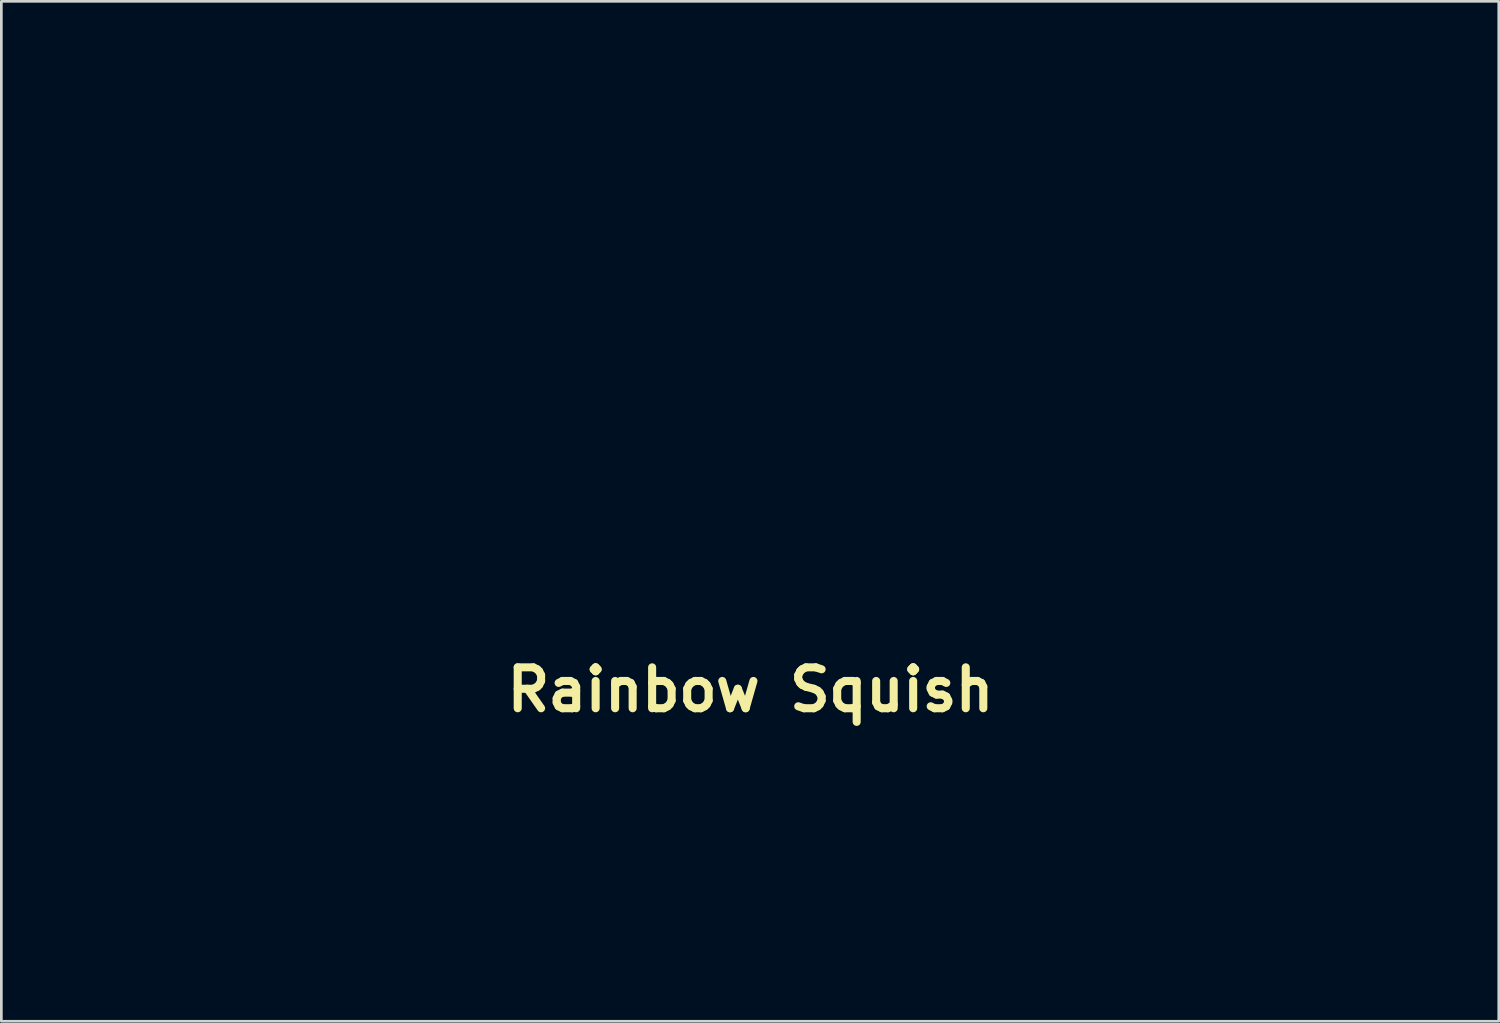
<source format=kicad_pcb>
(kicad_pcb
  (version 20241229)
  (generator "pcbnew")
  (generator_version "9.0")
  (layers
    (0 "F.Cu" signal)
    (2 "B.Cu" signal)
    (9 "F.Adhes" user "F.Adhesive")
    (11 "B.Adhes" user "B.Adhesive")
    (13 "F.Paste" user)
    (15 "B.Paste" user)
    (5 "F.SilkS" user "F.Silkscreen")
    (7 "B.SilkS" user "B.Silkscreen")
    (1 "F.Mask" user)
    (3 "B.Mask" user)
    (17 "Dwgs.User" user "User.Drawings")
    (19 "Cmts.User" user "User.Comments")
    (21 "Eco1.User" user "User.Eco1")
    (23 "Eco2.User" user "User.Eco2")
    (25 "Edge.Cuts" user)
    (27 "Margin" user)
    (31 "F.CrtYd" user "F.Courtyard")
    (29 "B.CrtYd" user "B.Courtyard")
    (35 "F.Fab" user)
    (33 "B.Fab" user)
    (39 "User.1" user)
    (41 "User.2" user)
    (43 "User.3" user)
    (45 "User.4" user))
  (footprint "Rainbow Squish"
    (layer "F.Cu")
    (at 24.909 22.645)
    (property "Reference" "Rainbow Squish" (at 0 0 0) (layer "F.SilkS") (effects (font (size 1.524 1.524) (thickness 0.3))))
    (attr board_only exclude_from_pos_files exclude_from_bom)
    (fp_poly (pts (xy 1.061 -22.617) (xy 1.947 -22.543) (xy 2.826 -22.427) (xy 3.697 -22.271) (xy 4.559 -22.074) (xy 5.411 -21.838) (xy 6.254 -21.563) (xy 7.085 -21.248) (xy 7.904 -20.896) (xy 8.71 -20.505) (xy 9.502 -20.077) (xy 10.28 -19.612) (xy 11.043 -19.111) (xy 11.789 -18.574) (xy 12.519 -18.001) (xy 13.231 -17.393) (xy 13.924 -16.75) (xy 14.597 -16.073) (xy 15.251 -15.363) (xy 15.883 -14.619) (xy 16.418 -13.942) (xy 16.994 -13.157) (xy 17.549 -12.336) (xy 18.082 -11.482) (xy 18.592 -10.598) (xy 19.078 -9.686) (xy 19.539 -8.748) (xy 19.972 -7.788) (xy 20.378 -6.807) (xy 20.754 -5.809) (xy 21.011 -5.063) (xy 21.122 -4.722) (xy 21.236 -4.356) (xy 21.351 -3.974) (xy 21.465 -3.583) (xy 21.576 -3.191) (xy 21.681 -2.806) (xy 21.779 -2.435) (xy 21.868 -2.086) (xy 21.944 -1.767) (xy 21.963 -1.683) (xy 21.99 -1.562) (xy 22.012 -1.472) (xy 22.034 -1.405) (xy 22.059 -1.351) (xy 22.094 -1.301) (xy 22.142 -1.246) (xy 22.209 -1.176) (xy 22.24 -1.144) (xy 22.284 -1.094) (xy 22.334 -1.036) (xy 22.34 -1.029) (xy 22.387 -0.972) (xy 22.431 -0.922) (xy 22.436 -0.916) (xy 22.479 -0.864) (xy 22.514 -0.814) (xy 22.543 -0.774) (xy 22.565 -0.756) (xy 22.565 -0.756) (xy 22.581 -0.739) (xy 22.594 -0.704) (xy 22.612 -0.664) (xy 22.63 -0.651) (xy 22.65 -0.634) (xy 22.652 -0.622) (xy 22.662 -0.59) (xy 22.669 -0.585) (xy 22.688 -0.563) (xy 22.718 -0.517) (xy 22.737 -0.483) (xy 22.77 -0.422) (xy 22.798 -0.372) (xy 22.806 -0.357) (xy 22.919 -0.153) (xy 23.01 0.03) (xy 23.075 0.187) (xy 23.087 0.221) (xy 23.112 0.29) (xy 23.135 0.348) (xy 23.144 0.368) (xy 23.166 0.426) (xy 23.195 0.525) (xy 23.229 0.664) (xy 23.231 0.672) (xy 23.25 0.737) (xy 23.273 0.791) (xy 23.274 0.792) (xy 23.287 0.836) (xy 23.297 0.906) (xy 23.3 0.985) (xy 23.303 1.06) (xy 23.311 1.117) (xy 23.322 1.145) (xy 23.322 1.145) (xy 23.331 1.171) (xy 23.338 1.233) (xy 23.342 1.326) (xy 23.345 1.445) (xy 23.345 1.481) (xy 23.343 1.606) (xy 23.339 1.707) (xy 23.333 1.778) (xy 23.325 1.814) (xy 23.322 1.817) (xy 23.311 1.843) (xy 23.303 1.899) (xy 23.3 1.974) (xy 23.3 1.977) (xy 23.295 2.068) (xy 23.281 2.151) (xy 23.267 2.199) (xy 23.244 2.261) (xy 23.233 2.314) (xy 23.233 2.32) (xy 23.224 2.366) (xy 23.212 2.386) (xy 23.197 2.417) (xy 23.183 2.474) (xy 23.176 2.512) (xy 23.169 2.575) (xy 23.175 2.616) (xy 23.2 2.651) (xy 23.251 2.694) (xy 23.265 2.705) (xy 23.299 2.727) (xy 23.311 2.731) (xy 23.334 2.745) (xy 23.372 2.779) (xy 23.376 2.784) (xy 23.415 2.819) (xy 23.441 2.836) (xy 23.443 2.836) (xy 23.468 2.851) (xy 23.518 2.889) (xy 23.585 2.947) (xy 23.663 3.018) (xy 23.744 3.095) (xy 23.755 3.107) (xy 23.822 3.173) (xy 23.885 3.235) (xy 23.931 3.28) (xy 23.97 3.32) (xy 23.991 3.348) (xy 23.993 3.351) (xy 24.007 3.373) (xy 24.041 3.409) (xy 24.043 3.41) (xy 24.122 3.499) (xy 24.163 3.577) (xy 24.189 3.608) (xy 24.207 3.614) (xy 24.235 3.63) (xy 24.238 3.645) (xy 24.25 3.673) (xy 24.261 3.677) (xy 24.279 3.694) (xy 24.283 3.719) (xy 24.298 3.76) (xy 24.317 3.774) (xy 24.345 3.803) (xy 24.35 3.827) (xy 24.365 3.869) (xy 24.4 3.918) (xy 24.406 3.924) (xy 24.443 3.969) (xy 24.461 4.005) (xy 24.462 4.009) (xy 24.476 4.046) (xy 24.495 4.068) (xy 24.522 4.114) (xy 24.529 4.151) (xy 24.537 4.19) (xy 24.551 4.202) (xy 24.57 4.219) (xy 24.573 4.24) (xy 24.587 4.286) (xy 24.606 4.319) (xy 24.632 4.372) (xy 24.64 4.415) (xy 24.648 4.459) (xy 24.664 4.479) (xy 24.682 4.502) (xy 24.697 4.553) (xy 24.701 4.575) (xy 24.713 4.629) (xy 24.727 4.661) (xy 24.733 4.664) (xy 24.746 4.682) (xy 24.752 4.727) (xy 24.752 4.734) (xy 24.762 4.795) (xy 24.785 4.844) (xy 24.807 4.897) (xy 24.817 4.988) (xy 24.818 5.033) (xy 24.823 5.121) (xy 24.835 5.183) (xy 24.847 5.207) (xy 24.857 5.23) (xy 24.865 5.278) (xy 24.87 5.355) (xy 24.874 5.466) (xy 24.875 5.614) (xy 24.875 5.667) (xy 24.874 5.821) (xy 24.872 5.938) (xy 24.868 6.022) (xy 24.862 6.075) (xy 24.854 6.102) (xy 24.847 6.108) (xy 24.83 6.134) (xy 24.821 6.198) (xy 24.819 6.269) (xy 24.813 6.378) (xy 24.795 6.447) (xy 24.786 6.462) (xy 24.761 6.514) (xy 24.753 6.559) (xy 24.745 6.605) (xy 24.73 6.628) (xy 24.713 6.657) (xy 24.707 6.698) (xy 24.697 6.758) (xy 24.674 6.815) (xy 24.65 6.865) (xy 24.64 6.901) (xy 24.64 6.901) (xy 24.631 6.938) (xy 24.607 6.988) (xy 24.607 6.988) (xy 24.583 7.042) (xy 24.574 7.085) (xy 24.563 7.117) (xy 24.551 7.122) (xy 24.534 7.14) (xy 24.529 7.172) (xy 24.515 7.222) (xy 24.495 7.248) (xy 24.467 7.289) (xy 24.462 7.312) (xy 24.454 7.348) (xy 24.445 7.357) (xy 24.426 7.378) (xy 24.396 7.425) (xy 24.377 7.458) (xy 24.319 7.561) (xy 24.278 7.625) (xy 24.258 7.647) (xy 24.241 7.674) (xy 24.229 7.705) (xy 24.209 7.742) (xy 24.192 7.752) (xy 24.172 7.769) (xy 24.171 7.774) (xy 24.156 7.802) (xy 24.12 7.841) (xy 24.115 7.845) (xy 24.078 7.883) (xy 24.06 7.912) (xy 24.06 7.913) (xy 24.045 7.938) (xy 24.009 7.982) (xy 23.97 8.023) (xy 23.922 8.072) (xy 23.89 8.109) (xy 23.881 8.122) (xy 23.866 8.14) (xy 23.827 8.18) (xy 23.771 8.234) (xy 23.706 8.295) (xy 23.639 8.357) (xy 23.58 8.41) (xy 23.535 8.449) (xy 23.512 8.466) (xy 23.511 8.467) (xy 23.489 8.48) (xy 23.452 8.513) (xy 23.45 8.516) (xy 23.403 8.555) (xy 23.362 8.578) (xy 23.329 8.599) (xy 23.322 8.613) (xy 23.305 8.633) (xy 23.294 8.635) (xy 23.259 8.648) (xy 23.213 8.679) (xy 23.209 8.682) (xy 23.103 8.759) (xy 23.026 8.795) (xy 22.993 8.813) (xy 22.987 8.824) (xy 22.968 8.841) (xy 22.931 8.853) (xy 22.89 8.87) (xy 22.876 8.887) (xy 22.857 8.904) (xy 22.834 8.908) (xy 22.784 8.923) (xy 22.764 8.939) (xy 22.72 8.966) (xy 22.694 8.971) (xy 22.659 8.98) (xy 22.652 8.992) (xy 22.634 9.009) (xy 22.61 9.013) (xy 22.561 9.028) (xy 22.541 9.044) (xy 22.497 9.07) (xy 22.463 9.076) (xy 22.415 9.086) (xy 22.348 9.11) (xy 22.308 9.128) (xy 22.236 9.159) (xy 22.168 9.178) (xy 22.142 9.181) (xy 22.078 9.192) (xy 22.037 9.212) (xy 21.982 9.237) (xy 21.944 9.243) (xy 21.9 9.251) (xy 21.884 9.262) (xy 21.857 9.271) (xy 21.798 9.281) (xy 21.715 9.29) (xy 21.678 9.293) (xy 21.587 9.301) (xy 21.513 9.312) (xy 21.468 9.323) (xy 21.46 9.327) (xy 21.436 9.329) (xy 21.37 9.331) (xy 21.262 9.332) (xy 21.116 9.334) (xy 20.933 9.335) (xy 20.715 9.337) (xy 20.464 9.338) (xy 20.183 9.339) (xy 19.872 9.341) (xy 19.534 9.342) (xy 19.171 9.343) (xy 18.784 9.344) (xy 18.377 9.345) (xy 17.95 9.346) (xy 17.506 9.346) (xy 17.046 9.347) (xy 16.573 9.348) (xy 16.089 9.348) (xy 15.595 9.349) (xy 15.093 9.349) (xy 14.586 9.349) (xy 14.075 9.349) (xy 13.562 9.35) (xy 13.05 9.35) (xy 12.539 9.35) (xy 12.033 9.35) (xy 11.533 9.349) (xy 11.041 9.349) (xy 10.559 9.349) (xy 10.089 9.348) (xy 9.632 9.348) (xy 9.192 9.347) (xy 8.769 9.347) (xy 8.366 9.346) (xy 7.984 9.345) (xy 7.627 9.344) (xy 7.294 9.343) (xy 6.99 9.342) (xy 6.715 9.341) (xy 6.471 9.34) (xy 6.26 9.338) (xy 6.085 9.337) (xy 5.947 9.335) (xy 5.849 9.334) (xy 5.791 9.332) (xy 5.776 9.331) (xy 5.749 9.319) (xy 5.691 9.307) (xy 5.619 9.297) (xy 5.545 9.287) (xy 5.492 9.275) (xy 5.473 9.263) (xy 5.454 9.249) (xy 5.412 9.243) (xy 5.344 9.232) (xy 5.294 9.212) (xy 5.233 9.192) (xy 5.16 9.182) (xy 5.155 9.182) (xy 5.101 9.177) (xy 5.072 9.165) (xy 5.071 9.161) (xy 5.052 9.144) (xy 5.003 9.129) (xy 4.993 9.127) (xy 4.937 9.113) (xy 4.904 9.097) (xy 4.902 9.095) (xy 4.872 9.08) (xy 4.838 9.076) (xy 4.792 9.064) (xy 4.773 9.044) (xy 4.742 9.018) (xy 4.716 9.013) (xy 4.677 9.006) (xy 4.665 8.997) (xy 4.638 8.974) (xy 4.586 8.946) (xy 4.526 8.922) (xy 4.475 8.908) (xy 4.466 8.908) (xy 4.431 8.899) (xy 4.423 8.887) (xy 4.404 8.867) (xy 4.367 8.853) (xy 4.326 8.837) (xy 4.312 8.822) (xy 4.294 8.805) (xy 4.28 8.803) (xy 4.246 8.786) (xy 4.236 8.771) (xy 4.206 8.744) (xy 4.186 8.74) (xy 4.146 8.725) (xy 4.1 8.69) (xy 4.097 8.687) (xy 4.059 8.652) (xy 4.033 8.635) (xy 4.032 8.635) (xy 4.005 8.622) (xy 3.987 8.608) (xy 3.928 8.561) (xy 3.891 8.537) (xy 3.867 8.53) (xy 3.866 8.53) (xy 3.845 8.513) (xy 3.842 8.498) (xy 3.83 8.47) (xy 3.82 8.467) (xy 3.796 8.452) (xy 3.749 8.414) (xy 3.686 8.359) (xy 3.614 8.293) (xy 3.54 8.223) (xy 3.473 8.157) (xy 3.417 8.1) (xy 3.382 8.061) (xy 3.373 8.046) (xy 3.355 8.028) (xy 3.34 8.025) (xy 3.31 8.009) (xy 3.306 7.994) (xy 3.294 7.966) (xy 3.284 7.962) (xy 3.262 7.946) (xy 3.262 7.941) (xy 3.249 7.914) (xy 3.216 7.864) (xy 3.172 7.805) (xy 3.127 7.744) (xy 3.095 7.695) (xy 3.083 7.669) (xy 3.067 7.648) (xy 3.061 7.647) (xy 3.04 7.629) (xy 3.025 7.595) (xy 3.008 7.555) (xy 2.991 7.542) (xy 2.973 7.525) (xy 2.971 7.513) (xy 2.955 7.477) (xy 2.938 7.458) (xy 2.909 7.417) (xy 2.904 7.393) (xy 2.894 7.36) (xy 2.882 7.353) (xy 2.862 7.336) (xy 2.859 7.321) (xy 2.849 7.286) (xy 2.822 7.228) (xy 2.792 7.175) (xy 2.756 7.107) (xy 2.732 7.048) (xy 2.725 7.018) (xy 2.716 6.983) (xy 2.703 6.975) (xy 2.684 6.958) (xy 2.681 6.938) (xy 2.67 6.894) (xy 2.647 6.841) (xy 2.623 6.778) (xy 2.614 6.722) (xy 2.607 6.674) (xy 2.592 6.65) (xy 2.577 6.623) (xy 2.562 6.569) (xy 2.556 6.533) (xy 2.544 6.473) (xy 2.529 6.436) (xy 2.521 6.429) (xy 2.511 6.41) (xy 2.504 6.361) (xy 2.502 6.318) (xy 2.496 6.231) (xy 2.48 6.133) (xy 2.469 6.086) (xy 2.453 6.002) (xy 2.442 5.887) (xy 2.436 5.752) (xy 2.435 5.609) (xy 2.439 5.468) (xy 2.448 5.34) (xy 2.461 5.236) (xy 2.469 5.2) (xy 2.487 5.114) (xy 2.499 5.03) (xy 2.502 4.986) (xy 2.507 4.928) (xy 2.519 4.89) (xy 2.524 4.885) (xy 2.54 4.856) (xy 2.547 4.808) (xy 2.556 4.742) (xy 2.577 4.678) (xy 2.601 4.621) (xy 2.629 4.544) (xy 2.649 4.485) (xy 2.682 4.399) (xy 2.719 4.312) (xy 2.742 4.267) (xy 2.772 4.205) (xy 2.79 4.152) (xy 2.792 4.136) (xy 2.802 4.103) (xy 2.815 4.097) (xy 2.835 4.08) (xy 2.837 4.067) (xy 2.851 4.026) (xy 2.865 4.008) (xy 2.9 3.962) (xy 2.936 3.903) (xy 2.962 3.846) (xy 2.971 3.811) (xy 2.984 3.785) (xy 2.993 3.782) (xy 3.014 3.765) (xy 3.016 3.752) (xy 3.034 3.72) (xy 3.049 3.711) (xy 3.079 3.682) (xy 3.083 3.666) (xy 3.098 3.63) (xy 3.136 3.587) (xy 3.139 3.584) (xy 3.177 3.545) (xy 3.194 3.514) (xy 3.195 3.512) (xy 3.209 3.483) (xy 3.245 3.442) (xy 3.25 3.437) (xy 3.288 3.399) (xy 3.306 3.373) (xy 3.306 3.371) (xy 3.321 3.353) (xy 3.362 3.311) (xy 3.423 3.251) (xy 3.497 3.18) (xy 3.578 3.103) (xy 3.66 3.026) (xy 3.737 2.955) (xy 3.803 2.896) (xy 3.85 2.855) (xy 3.874 2.837) (xy 3.875 2.836) (xy 3.899 2.823) (xy 3.94 2.791) (xy 3.949 2.784) (xy 3.993 2.749) (xy 4.022 2.732) (xy 4.025 2.731) (xy 4.049 2.718) (xy 4.092 2.684) (xy 4.123 2.657) (xy 4.171 2.613) (xy 4.19 2.585) (xy 4.185 2.563) (xy 4.17 2.546) (xy 4.141 2.495) (xy 4.133 2.453) (xy 4.125 2.41) (xy 4.111 2.392) (xy 4.097 2.369) (xy 4.083 2.316) (xy 4.074 2.253) (xy 4.064 2.185) (xy 4.051 2.138) (xy 4.04 2.122) (xy 4.035 2.102) (xy 4.031 2.045) (xy 4.027 1.956) (xy 4.024 1.841) (xy 4.022 1.704) (xy 4.021 1.55) (xy 4.021 1.492) (xy 4.022 1.294) (xy 4.024 1.131) (xy 4.028 1.005) (xy 4.032 0.918) (xy 4.039 0.87) (xy 4.043 0.861) (xy 4.066 0.846) (xy 4.057 0.802) (xy 4.017 0.727) (xy 3.945 0.623) (xy 3.843 0.49) (xy 3.709 0.327) (xy 3.545 0.135) (xy 3.349 -0.086) (xy 3.343 -0.093) (xy 2.978 -0.486) (xy 2.624 -0.84) (xy 2.279 -1.154) (xy 1.943 -1.428) (xy 1.615 -1.664) (xy 1.295 -1.861) (xy 0.981 -2.021) (xy 0.674 -2.143) (xy 0.372 -2.228) (xy 0.074 -2.277) (xy -0.178 -2.29) (xy -0.469 -2.274) (xy -0.758 -2.226) (xy -1.049 -2.143) (xy -1.342 -2.027) (xy -1.641 -1.875) (xy -1.947 -1.686) (xy -2.262 -1.46) (xy -2.589 -1.195) (xy -2.694 -1.103) (xy -2.798 -1.009) (xy -2.915 -0.896) (xy -3.044 -0.769) (xy -3.179 -0.631) (xy -3.319 -0.486) (xy -3.458 -0.337) (xy -3.594 -0.19) (xy -3.723 -0.048) (xy -3.841 0.086) (xy -3.945 0.208) (xy -4.032 0.313) (xy -4.097 0.397) (xy -4.137 0.457) (xy -4.148 0.481) (xy -4.149 0.536) (xy -4.136 0.57) (xy -4.117 0.62) (xy -4.11 0.668) (xy -4.099 0.728) (xy -4.078 0.768) (xy -4.056 0.822) (xy -4.045 0.915) (xy -4.044 0.967) (xy -4.041 1.047) (xy -4.033 1.11) (xy -4.022 1.146) (xy -4.02 1.148) (xy -4.01 1.18) (xy -4.004 1.246) (xy -4.002 1.339) (xy -4.004 1.453) (xy -4.009 1.579) (xy -4.016 1.712) (xy -4.026 1.843) (xy -4.037 1.966) (xy -4.05 2.073) (xy -4.064 2.157) (xy -4.078 2.211) (xy -4.083 2.22) (xy -4.105 2.278) (xy -4.11 2.316) (xy -4.118 2.363) (xy -4.131 2.386) (xy -4.145 2.417) (xy -4.159 2.474) (xy -4.166 2.513) (xy -4.173 2.576) (xy -4.167 2.617) (xy -4.142 2.652) (xy -4.091 2.696) (xy -4.079 2.705) (xy -4.045 2.727) (xy -4.032 2.731) (xy -4.01 2.745) (xy -3.972 2.779) (xy -3.967 2.784) (xy -3.928 2.819) (xy -3.902 2.836) (xy -3.901 2.836) (xy -3.875 2.851) (xy -3.825 2.889) (xy -3.758 2.947) (xy -3.681 3.018) (xy -3.6 3.095) (xy -3.588 3.107) (xy -3.522 3.173) (xy -3.458 3.235) (xy -3.412 3.28) (xy -3.373 3.323) (xy -3.352 3.356) (xy -3.351 3.361) (xy -3.333 3.38) (xy -3.317 3.382) (xy -3.288 3.399) (xy -3.284 3.414) (xy -3.272 3.442) (xy -3.262 3.445) (xy -3.242 3.463) (xy -3.239 3.478) (xy -3.221 3.513) (xy -3.206 3.522) (xy -3.176 3.549) (xy -3.172 3.564) (xy -3.154 3.597) (xy -3.139 3.606) (xy -3.109 3.632) (xy -3.105 3.647) (xy -3.092 3.674) (xy -3.083 3.677) (xy -3.065 3.694) (xy -3.061 3.719) (xy -3.046 3.76) (xy -3.027 3.774) (xy -2.999 3.803) (xy -2.993 3.825) (xy -2.98 3.866) (xy -2.966 3.88) (xy -2.931 3.915) (xy -2.898 3.965) (xy -2.882 4.01) (xy -2.882 4.014) (xy -2.867 4.046) (xy -2.848 4.068) (xy -2.822 4.114) (xy -2.815 4.151) (xy -2.808 4.19) (xy -2.794 4.202) (xy -2.776 4.22) (xy -2.759 4.264) (xy -2.759 4.265) (xy -2.743 4.309) (xy -2.724 4.328) (xy -2.724 4.328) (xy -2.71 4.346) (xy -2.703 4.391) (xy -2.703 4.399) (xy -2.693 4.457) (xy -2.67 4.483) (xy -2.644 4.514) (xy -2.636 4.579) (xy -2.631 4.632) (xy -2.619 4.662) (xy -2.614 4.664) (xy -2.599 4.682) (xy -2.591 4.727) (xy -2.591 4.734) (xy -2.582 4.795) (xy -2.559 4.844) (xy -2.537 4.897) (xy -2.526 4.988) (xy -2.525 5.033) (xy -2.521 5.121) (xy -2.509 5.183) (xy -2.496 5.207) (xy -2.486 5.23) (xy -2.478 5.278) (xy -2.473 5.356) (xy -2.47 5.467) (xy -2.469 5.615) (xy -2.469 5.662) (xy -2.469 5.821) (xy -2.472 5.942) (xy -2.477 6.028) (xy -2.484 6.084) (xy -2.493 6.113) (xy -2.496 6.117) (xy -2.512 6.153) (xy -2.522 6.223) (xy -2.525 6.291) (xy -2.531 6.396) (xy -2.549 6.464) (xy -2.559 6.48) (xy -2.585 6.532) (xy -2.591 6.568) (xy -2.6 6.611) (xy -2.614 6.628) (xy -2.629 6.656) (xy -2.636 6.707) (xy -2.636 6.71) (xy -2.646 6.771) (xy -2.669 6.819) (xy -2.694 6.871) (xy -2.702 6.917) (xy -2.71 6.959) (xy -2.724 6.975) (xy -2.742 6.993) (xy -2.758 7.039) (xy -2.76 7.049) (xy -2.775 7.097) (xy -2.792 7.121) (xy -2.795 7.122) (xy -2.81 7.14) (xy -2.815 7.172) (xy -2.828 7.222) (xy -2.848 7.248) (xy -2.877 7.289) (xy -2.882 7.312) (xy -2.89 7.348) (xy -2.899 7.357) (xy -2.921 7.38) (xy -2.95 7.427) (xy -2.977 7.48) (xy -2.992 7.523) (xy -2.993 7.531) (xy -3.011 7.562) (xy -3.027 7.571) (xy -3.057 7.599) (xy -3.061 7.615) (xy -3.071 7.644) (xy -3.08 7.647) (xy -3.1 7.665) (xy -3.114 7.7) (xy -3.132 7.739) (xy -3.15 7.752) (xy -3.171 7.769) (xy -3.172 7.776) (xy -3.187 7.806) (xy -3.224 7.845) (xy -3.228 7.849) (xy -3.266 7.886) (xy -3.284 7.913) (xy -3.284 7.914) (xy -3.298 7.94) (xy -3.332 7.98) (xy -3.34 7.988) (xy -3.377 8.031) (xy -3.395 8.063) (xy -3.396 8.067) (xy -3.414 8.086) (xy -3.429 8.089) (xy -3.459 8.101) (xy -3.463 8.111) (xy -3.477 8.133) (xy -3.517 8.176) (xy -3.573 8.233) (xy -3.638 8.296) (xy -3.704 8.359) (xy -3.764 8.413) (xy -3.809 8.452) (xy -3.832 8.467) (xy -3.833 8.467) (xy -3.854 8.481) (xy -3.891 8.514) (xy -3.896 8.519) (xy -3.938 8.555) (xy -3.969 8.572) (xy -3.971 8.572) (xy -3.998 8.588) (xy -4.007 8.603) (xy -4.034 8.631) (xy -4.049 8.635) (xy -4.084 8.648) (xy -4.131 8.679) (xy -4.134 8.682) (xy -4.24 8.759) (xy -4.317 8.795) (xy -4.35 8.813) (xy -4.356 8.824) (xy -4.375 8.841) (xy -4.412 8.853) (xy -4.454 8.87) (xy -4.468 8.887) (xy -4.486 8.904) (xy -4.51 8.908) (xy -4.559 8.923) (xy -4.58 8.939) (xy -4.624 8.966) (xy -4.649 8.971) (xy -4.684 8.98) (xy -4.691 8.992) (xy -4.71 9.009) (xy -4.733 9.013) (xy -4.783 9.028) (xy -4.803 9.044) (xy -4.847 9.07) (xy -4.882 9.076) (xy -4.931 9.085) (xy -4.994 9.107) (xy -5.051 9.135) (xy -5.086 9.16) (xy -5.09 9.165) (xy -5.115 9.175) (xy -5.167 9.181) (xy -5.18 9.181) (xy -5.248 9.189) (xy -5.303 9.209) (xy -5.307 9.212) (xy -5.362 9.237) (xy -5.399 9.243) (xy -5.443 9.251) (xy -5.46 9.262) (xy -5.486 9.271) (xy -5.546 9.282) (xy -5.629 9.291) (xy -5.667 9.294) (xy -5.758 9.302) (xy -5.832 9.313) (xy -5.877 9.324) (xy -5.885 9.329) (xy -5.909 9.33) (xy -5.975 9.332) (xy -6.082 9.333) (xy -6.228 9.335) (xy -6.411 9.336) (xy -6.629 9.338) (xy -6.88 9.339) (xy -7.162 9.34) (xy -7.473 9.341) (xy -7.81 9.342) (xy -8.174 9.343) (xy -8.56 9.344) (xy -8.967 9.345) (xy -9.394 9.346) (xy -9.838 9.346) (xy -10.298 9.347) (xy -10.771 9.348) (xy -11.255 9.348) (xy -11.749 9.348) (xy -12.251 9.349) (xy -12.758 9.349) (xy -13.269 9.349) (xy -13.781 9.349) (xy -14.294 9.349) (xy -14.804 9.349) (xy -15.31 9.349) (xy -15.81 9.349) (xy -16.302 9.349) (xy -16.785 9.348) (xy -17.255 9.348) (xy -17.711 9.347) (xy -18.152 9.347) (xy -18.574 9.346) (xy -18.978 9.345) (xy -19.359 9.345) (xy -19.717 9.344) (xy -20.049 9.343) (xy -20.354 9.342) (xy -20.629 9.34) (xy -20.873 9.339) (xy -21.083 9.338) (xy -21.258 9.337) (xy -21.396 9.335) (xy -21.495 9.333) (xy -21.552 9.332) (xy -21.567 9.331) (xy -21.594 9.319) (xy -21.653 9.307) (xy -21.725 9.297) (xy -21.799 9.287) (xy -21.851 9.275) (xy -21.87 9.263) (xy -21.89 9.249) (xy -21.932 9.243) (xy -21.999 9.232) (xy -22.049 9.212) (xy -22.11 9.192) (xy -22.183 9.182) (xy -22.189 9.182) (xy -22.243 9.177) (xy -22.271 9.165) (xy -22.272 9.161) (xy -22.292 9.144) (xy -22.34 9.129) (xy -22.351 9.127) (xy -22.406 9.113) (xy -22.44 9.097) (xy -22.442 9.095) (xy -22.471 9.08) (xy -22.506 9.076) (xy -22.552 9.064) (xy -22.571 9.044) (xy -22.601 9.018) (xy -22.627 9.013) (xy -22.667 9.006) (xy -22.678 8.997) (xy -22.705 8.974) (xy -22.758 8.946) (xy -22.818 8.922) (xy -22.868 8.908) (xy -22.877 8.908) (xy -22.913 8.901) (xy -22.92 8.892) (xy -22.938 8.873) (xy -22.983 8.845) (xy -23.004 8.834) (xy -23.061 8.802) (xy -23.1 8.773) (xy -23.106 8.766) (xy -23.142 8.742) (xy -23.157 8.74) (xy -23.192 8.726) (xy -23.242 8.691) (xy -23.27 8.667) (xy -23.326 8.621) (xy -23.375 8.589) (xy -23.392 8.581) (xy -23.427 8.562) (xy -23.434 8.549) (xy -23.452 8.532) (xy -23.468 8.53) (xy -23.497 8.513) (xy -23.501 8.498) (xy -23.513 8.47) (xy -23.524 8.467) (xy -23.547 8.452) (xy -23.594 8.414) (xy -23.657 8.359) (xy -23.729 8.293) (xy -23.802 8.224) (xy -23.87 8.158) (xy -23.926 8.102) (xy -23.961 8.062) (xy -23.97 8.047) (xy -23.987 8.023) (xy -23.989 8.022) (xy -24.011 8.002) (xy -24.051 7.956) (xy -24.101 7.895) (xy -24.154 7.826) (xy -24.203 7.76) (xy -24.241 7.706) (xy -24.26 7.674) (xy -24.261 7.669) (xy -24.277 7.648) (xy -24.283 7.647) (xy -24.303 7.63) (xy -24.305 7.617) (xy -24.32 7.577) (xy -24.333 7.56) (xy -24.36 7.524) (xy -24.393 7.468) (xy -24.406 7.443) (xy -24.436 7.39) (xy -24.46 7.358) (xy -24.467 7.353) (xy -24.483 7.336) (xy -24.484 7.324) (xy -24.494 7.291) (xy -24.518 7.234) (xy -24.551 7.167) (xy -24.585 7.098) (xy -24.61 7.04) (xy -24.618 7.008) (xy -24.63 6.979) (xy -24.64 6.975) (xy -24.658 6.957) (xy -24.664 6.928) (xy -24.675 6.874) (xy -24.696 6.828) (xy -24.721 6.767) (xy -24.729 6.719) (xy -24.736 6.673) (xy -24.75 6.651) (xy -24.765 6.625) (xy -24.779 6.571) (xy -24.786 6.534) (xy -24.798 6.474) (xy -24.813 6.436) (xy -24.821 6.429) (xy -24.832 6.41) (xy -24.839 6.36) (xy -24.842 6.297) (xy -24.848 6.206) (xy -24.863 6.112) (xy -24.875 6.063) (xy -24.889 5.998) (xy -24.899 5.902) (xy -24.906 5.786) (xy -24.909 5.661) (xy -24.908 5.536) (xy -24.904 5.422) (xy -24.896 5.33) (xy -24.885 5.273) (xy -24.87 5.214) (xy -24.854 5.131) (xy -24.842 5.053) (xy -24.823 4.926) (xy -24.8 4.813) (xy -24.776 4.722) (xy -24.753 4.663) (xy -24.751 4.659) (xy -24.733 4.608) (xy -24.73 4.584) (xy -24.717 4.537) (xy -24.697 4.505) (xy -24.67 4.453) (xy -24.664 4.418) (xy -24.653 4.374) (xy -24.626 4.311) (xy -24.607 4.273) (xy -24.575 4.21) (xy -24.555 4.156) (xy -24.551 4.136) (xy -24.541 4.103) (xy -24.529 4.097) (xy -24.508 4.079) (xy -24.493 4.044) (xy -24.477 4.005) (xy -24.462 3.992) (xy -24.444 3.974) (xy -24.43 3.939) (xy -24.412 3.9) (xy -24.394 3.887) (xy -24.378 3.869) (xy -24.372 3.834) (xy -24.366 3.795) (xy -24.354 3.782) (xy -24.334 3.765) (xy -24.299 3.723) (xy -24.272 3.686) (xy -24.227 3.622) (xy -24.185 3.566) (xy -24.167 3.546) (xy -24.137 3.507) (xy -24.127 3.483) (xy -24.112 3.458) (xy -24.074 3.416) (xy -24.048 3.392) (xy -24.003 3.347) (xy -23.975 3.315) (xy -23.97 3.306) (xy -23.955 3.288) (xy -23.915 3.246) (xy -23.855 3.188) (xy -23.783 3.12) (xy -23.706 3.047) (xy -23.629 2.977) (xy -23.561 2.915) (xy -23.506 2.867) (xy -23.473 2.84) (xy -23.467 2.836) (xy -23.444 2.823) (xy -23.403 2.791) (xy -23.394 2.784) (xy -23.351 2.749) (xy -23.321 2.732) (xy -23.318 2.731) (xy -23.294 2.718) (xy -23.25 2.685) (xy -23.219 2.659) (xy -23.17 2.615) (xy -23.151 2.588) (xy -23.156 2.566) (xy -23.173 2.547) (xy -23.202 2.495) (xy -23.211 2.451) (xy -23.217 2.41) (xy -23.23 2.395) (xy -23.242 2.376) (xy -23.254 2.326) (xy -23.264 2.265) (xy -23.275 2.193) (xy -23.289 2.137) (xy -23.3 2.113) (xy -23.307 2.086) (xy -23.313 2.024) (xy -23.317 1.933) (xy -23.32 1.819) (xy -23.322 1.69) (xy -23.323 1.551) (xy -23.323 1.409) (xy -23.321 1.271) (xy -23.319 1.144) (xy -23.315 1.033) (xy -23.31 0.946) (xy -23.304 0.888) (xy -23.298 0.868) (xy -23.283 0.836) (xy -23.27 0.776) (xy -23.262 0.717) (xy -23.252 0.65) (xy -23.24 0.603) (xy -23.23 0.588) (xy -23.217 0.57) (xy -23.211 0.525) (xy -23.211 0.519) (xy -23.201 0.457) (xy -23.178 0.408) (xy -23.154 0.358) (xy -23.144 0.299) (xy -23.138 0.253) (xy -23.124 0.231) (xy -23.122 0.231) (xy -23.105 0.213) (xy -23.089 0.168) (xy -23.086 0.157) (xy -23.071 0.105) (xy -23.054 0.074) (xy -23.052 0.072) (xy -23.037 0.044) (xy -23.032 0.009) (xy -23.025 -0.03) (xy -23.011 -0.042) (xy -22.993 -0.06) (xy -22.977 -0.105) (xy -22.975 -0.11) (xy -22.96 -0.16) (xy -22.946 -0.188) (xy -22.945 -0.189) (xy -22.928 -0.213) (xy -22.9 -0.26) (xy -22.887 -0.284) (xy -22.85 -0.35) (xy -22.802 -0.43) (xy -22.749 -0.515) (xy -22.695 -0.598) (xy -22.647 -0.671) (xy -22.608 -0.724) (xy -22.585 -0.751) (xy -22.583 -0.753) (xy -22.565 -0.777) (xy -22.563 -0.79) (xy -22.551 -0.816) (xy -22.542 -0.819) (xy -22.52 -0.837) (xy -22.506 -0.866) (xy -22.481 -0.908) (xy -22.436 -0.962) (xy -22.409 -0.988) (xy -22.354 -1.043) (xy -22.29 -1.11) (xy -22.227 -1.179) (xy -22.174 -1.24) (xy -22.139 -1.283) (xy -22.135 -1.29) (xy -22.126 -1.316) (xy -22.108 -1.377) (xy -22.084 -1.467) (xy -22.055 -1.58) (xy -22.022 -1.708) (xy -22.005 -1.775) (xy -21.947 -1.994) (xy -21.175 -1.994) (xy -21.174 -1.977) (xy -21.165 -1.98) (xy -21.161 -1.985) (xy -21.134 -2.005) (xy -21.078 -2.035) (xy -21.005 -2.071) (xy -20.998 -2.075) (xy -20.922 -2.108) (xy -20.861 -2.132) (xy -20.826 -2.143) (xy -20.825 -2.143) (xy -20.8 -2.157) (xy -20.798 -2.164) (xy -20.779 -2.181) (xy -20.755 -2.185) (xy -20.71 -2.194) (xy -20.651 -2.216) (xy -20.595 -2.244) (xy -20.56 -2.268) (xy -20.556 -2.274) (xy -20.532 -2.287) (xy -20.481 -2.301) (xy -20.472 -2.302) (xy -20.417 -2.316) (xy -20.385 -2.333) (xy -20.383 -2.334) (xy -20.356 -2.345) (xy -20.299 -2.352) (xy -20.258 -2.353) (xy -20.182 -2.359) (xy -20.095 -2.375) (xy -20.01 -2.396) (xy -19.941 -2.42) (xy -19.903 -2.444) (xy -19.901 -2.445) (xy -19.875 -2.451) (xy -19.811 -2.456) (xy -19.715 -2.46) (xy -19.594 -2.463) (xy -19.455 -2.465) (xy -19.304 -2.466) (xy -19.147 -2.466) (xy -18.992 -2.466) (xy -18.844 -2.464) (xy -18.711 -2.462) (xy -18.598 -2.458) (xy -18.513 -2.454) (xy -18.462 -2.448) (xy -18.45 -2.445) (xy -18.412 -2.429) (xy -18.345 -2.415) (xy -18.291 -2.407) (xy -18.219 -2.396) (xy -18.167 -2.382) (xy -18.15 -2.373) (xy -18.12 -2.357) (xy -18.085 -2.353) (xy -18.028 -2.343) (xy -17.969 -2.322) (xy -17.912 -2.299) (xy -17.866 -2.29) (xy -17.811 -2.281) (xy -17.788 -2.272) (xy -17.693 -2.23) (xy -17.629 -2.204) (xy -17.588 -2.194) (xy -17.559 -2.195) (xy -17.552 -2.197) (xy -17.522 -2.226) (xy -17.514 -2.257) (xy -17.501 -2.311) (xy -17.481 -2.344) (xy -17.455 -2.391) (xy -17.448 -2.421) (xy -17.439 -2.453) (xy -17.43 -2.458) (xy -17.409 -2.478) (xy -17.377 -2.536) (xy -17.337 -2.626) (xy -17.319 -2.659) (xy -17.283 -2.715) (xy -17.24 -2.777) (xy -17.198 -2.84) (xy -17.168 -2.889) (xy -17.157 -2.914) (xy -17.157 -2.914) (xy -17.143 -2.94) (xy -17.109 -2.98) (xy -17.104 -2.985) (xy -17.06 -3.035) (xy -17.027 -3.081) (xy -17.027 -3.081) (xy -17.003 -3.115) (xy -16.956 -3.172) (xy -16.895 -3.245) (xy -16.825 -3.326) (xy -16.754 -3.406) (xy -16.689 -3.477) (xy -16.638 -3.528) (xy -16.562 -3.597) (xy -16.471 -3.677) (xy -16.375 -3.759) (xy -16.283 -3.835) (xy -16.227 -3.88) (xy -16.094 -3.976) (xy -15.943 -4.075) (xy -15.782 -4.172) (xy -15.663 -4.238) (xy -11.664 -4.238) (xy -11.662 -4.234) (xy -11.632 -4.211) (xy -11.575 -4.173) (xy -11.504 -4.13) (xy -11.499 -4.127) (xy -11.43 -4.087) (xy -11.376 -4.054) (xy -11.349 -4.036) (xy -11.348 -4.035) (xy -11.326 -4.017) (xy -11.278 -3.982) (xy -11.213 -3.936) (xy -11.203 -3.929) (xy -11.098 -3.849) (xy -10.975 -3.744) (xy -10.843 -3.623) (xy -10.711 -3.495) (xy -10.588 -3.368) (xy -10.485 -3.253) (xy -10.366 -3.109) (xy -10.275 -2.995) (xy -10.212 -2.91) (xy -10.175 -2.853) (xy -10.164 -2.823) (xy -10.154 -2.797) (xy -10.147 -2.794) (xy -10.129 -2.777) (xy -10.099 -2.73) (xy -10.062 -2.665) (xy -10.055 -2.652) (xy -10.017 -2.579) (xy -9.984 -2.518) (xy -9.963 -2.481) (xy -9.962 -2.479) (xy -9.943 -2.445) (xy -9.911 -2.386) (xy -9.873 -2.316) (xy -9.836 -2.251) (xy -9.803 -2.204) (xy -9.781 -2.185) (xy -9.781 -2.185) (xy -9.747 -2.194) (xy -9.695 -2.216) (xy -9.688 -2.219) (xy -9.614 -2.255) (xy -9.563 -2.276) (xy -9.519 -2.29) (xy -9.472 -2.3) (xy -9.409 -2.316) (xy -9.363 -2.332) (xy -9.361 -2.333) (xy -9.254 -2.376) (xy -9.139 -2.405) (xy -9.04 -2.416) (xy -8.974 -2.422) (xy -8.926 -2.436) (xy -8.917 -2.442) (xy -8.887 -2.45) (xy -8.819 -2.456) (xy -8.72 -2.461) (xy -8.597 -2.465) (xy -8.457 -2.467) (xy -8.306 -2.468) (xy -8.151 -2.468) (xy -7.999 -2.467) (xy -7.857 -2.464) (xy -7.732 -2.46) (xy -7.63 -2.455) (xy -7.558 -2.449) (xy -7.524 -2.441) (xy -7.523 -2.44) (xy -7.486 -2.425) (xy -7.424 -2.417) (xy -7.4 -2.416) (xy -7.317 -2.408) (xy -7.236 -2.389) (xy -7.223 -2.385) (xy -7.16 -2.364) (xy -7.107 -2.353) (xy -7.101 -2.353) (xy -7.066 -2.345) (xy -7.059 -2.334) (xy -7.04 -2.319) (xy -6.99 -2.304) (xy -6.965 -2.3) (xy -6.898 -2.286) (xy -6.846 -2.272) (xy -6.837 -2.268) (xy -6.739 -2.223) (xy -6.659 -2.195) (xy -6.609 -2.185) (xy -6.575 -2.175) (xy -6.568 -2.164) (xy -6.55 -2.144) (xy -6.54 -2.143) (xy -6.505 -2.133) (xy -6.448 -2.109) (xy -6.419 -2.095) (xy -6.339 -2.055) (xy -6.251 -2.011) (xy -6.223 -1.997) (xy -6.165 -1.965) (xy -6.128 -1.939) (xy -6.121 -1.929) (xy -6.117 -1.917) (xy -6.102 -1.917) (xy -6.073 -1.934) (xy -6.028 -1.968) (xy -5.964 -2.023) (xy -5.878 -2.101) (xy -5.767 -2.205) (xy -5.628 -2.335) (xy -5.613 -2.35) (xy -5.122 -2.793) (xy -4.634 -3.194) (xy -4.147 -3.554) (xy -3.661 -3.872) (xy -3.176 -4.148) (xy -2.691 -4.384) (xy -2.207 -4.578) (xy -1.724 -4.731) (xy -1.24 -4.844) (xy -1.206 -4.85) (xy -1.038 -4.88) (xy -0.896 -4.903) (xy -0.768 -4.92) (xy -0.645 -4.932) (xy -0.516 -4.94) (xy -0.369 -4.944) (xy -0.196 -4.946) (xy -0.067 -4.946) (xy 0.267 -4.941) (xy 0.57 -4.923) (xy 0.854 -4.891) (xy 1.131 -4.843) (xy 1.415 -4.777) (xy 1.716 -4.691) (xy 1.781 -4.671) (xy 2.236 -4.513) (xy 2.685 -4.325) (xy 3.129 -4.106) (xy 3.57 -3.855) (xy 4.011 -3.569) (xy 4.454 -3.248) (xy 4.902 -2.89) (xy 5.356 -2.494) (xy 5.649 -2.222) (xy 5.77 -2.108) (xy 5.864 -2.022) (xy 5.935 -1.962) (xy 5.986 -1.924) (xy 6.019 -1.907) (xy 6.034 -1.906) (xy 6.069 -1.922) (xy 6.076 -1.934) (xy 6.095 -1.953) (xy 6.127 -1.966) (xy 6.17 -1.982) (xy 6.188 -1.994) (xy 6.215 -2.011) (xy 6.27 -2.039) (xy 6.341 -2.072) (xy 6.414 -2.104) (xy 6.476 -2.13) (xy 6.515 -2.142) (xy 6.519 -2.143) (xy 6.544 -2.157) (xy 6.545 -2.164) (xy 6.564 -2.181) (xy 6.588 -2.185) (xy 6.641 -2.196) (xy 6.709 -2.224) (xy 6.776 -2.261) (xy 6.809 -2.285) (xy 6.855 -2.306) (xy 6.892 -2.311) (xy 6.939 -2.319) (xy 6.959 -2.332) (xy 6.987 -2.344) (xy 7.045 -2.352) (xy 7.1 -2.354) (xy 7.181 -2.359) (xy 7.252 -2.373) (xy 7.283 -2.385) (xy 7.342 -2.407) (xy 7.387 -2.415) (xy 7.429 -2.426) (xy 7.444 -2.44) (xy 7.468 -2.447) (xy 7.53 -2.453) (xy 7.624 -2.458) (xy 7.743 -2.462) (xy 7.88 -2.465) (xy 8.03 -2.467) (xy 8.186 -2.468) (xy 8.341 -2.468) (xy 8.489 -2.466) (xy 8.623 -2.464) (xy 8.737 -2.46) (xy 8.825 -2.455) (xy 8.879 -2.449) (xy 8.893 -2.445) (xy 8.932 -2.429) (xy 8.998 -2.415) (xy 9.053 -2.407) (xy 9.124 -2.396) (xy 9.176 -2.382) (xy 9.194 -2.373) (xy 9.224 -2.357) (xy 9.258 -2.353) (xy 9.316 -2.343) (xy 9.374 -2.322) (xy 9.436 -2.299) (xy 9.489 -2.29) (xy 9.528 -2.282) (xy 9.539 -2.269) (xy 9.558 -2.252) (xy 9.582 -2.248) (xy 9.631 -2.238) (xy 9.689 -2.213) (xy 9.691 -2.212) (xy 9.741 -2.19) (xy 9.774 -2.192) (xy 9.794 -2.204) (xy 9.823 -2.247) (xy 9.829 -2.279) (xy 9.843 -2.329) (xy 9.863 -2.353) (xy 9.892 -2.394) (xy 9.896 -2.417) (xy 9.904 -2.452) (xy 9.913 -2.462) (xy 9.934 -2.484) (xy 9.963 -2.529) (xy 9.991 -2.58) (xy 10.007 -2.621) (xy 10.008 -2.629) (xy 10.02 -2.658) (xy 10.05 -2.705) (xy 10.058 -2.717) (xy 10.122 -2.805) (xy 10.165 -2.872) (xy 10.185 -2.91) (xy 10.215 -2.956) (xy 10.252 -2.998) (xy 10.285 -3.035) (xy 10.299 -3.059) (xy 10.312 -3.081) (xy 10.35 -3.129) (xy 10.406 -3.197) (xy 10.477 -3.281) (xy 10.557 -3.373) (xy 10.6 -3.421) (xy 10.642 -3.464) (xy 10.708 -3.527) (xy 10.79 -3.603) (xy 10.881 -3.685) (xy 10.97 -3.763) (xy 11.002 -3.791) (xy 11.062 -3.839) (xy 11.144 -3.9) (xy 11.233 -3.964) (xy 11.265 -3.986) (xy 11.339 -4.038) (xy 11.398 -4.083) (xy 11.432 -4.113) (xy 11.438 -4.121) (xy 11.427 -4.144) (xy 11.395 -4.197) (xy 11.347 -4.276) (xy 11.284 -4.375) (xy 11.212 -4.49) (xy 11.132 -4.614) (xy 11.048 -4.744) (xy 10.964 -4.873) (xy 10.882 -4.997) (xy 10.806 -5.111) (xy 10.775 -5.158) (xy 10.243 -5.921) (xy 9.709 -6.642) (xy 9.171 -7.323) (xy 8.629 -7.963) (xy 8.082 -8.563) (xy 7.531 -9.124) (xy 6.974 -9.647) (xy 6.412 -10.131) (xy 5.843 -10.578) (xy 5.585 -10.766) (xy 5.012 -11.154) (xy 4.436 -11.499) (xy 3.856 -11.804) (xy 3.272 -12.067) (xy 2.683 -12.29) (xy 2.088 -12.472) (xy 1.488 -12.613) (xy 0.88 -12.715) (xy 0.827 -12.722) (xy 0.658 -12.739) (xy 0.456 -12.752) (xy 0.23 -12.762) (xy -0.007 -12.767) (xy -0.245 -12.769) (xy -0.474 -12.766) (xy -0.682 -12.759) (xy -0.86 -12.747) (xy -0.886 -12.744) (xy -1.475 -12.667) (xy -2.051 -12.555) (xy -2.619 -12.407) (xy -3.179 -12.222) (xy -3.737 -11.999) (xy -4.293 -11.737) (xy -4.851 -11.434) (xy -5.232 -11.206) (xy -5.788 -10.84) (xy -6.344 -10.432) (xy -6.897 -9.984) (xy -7.448 -9.497) (xy -7.995 -8.973) (xy -8.538 -8.411) (xy -9.075 -7.813) (xy -9.606 -7.18) (xy -10.13 -6.514) (xy -10.645 -5.814) (xy -11.15 -5.082) (xy -11.459 -4.612) (xy -11.542 -4.481) (xy -11.603 -4.382) (xy -11.642 -4.31) (xy -11.662 -4.264) (xy -11.664 -4.238) (xy -15.663 -4.238) (xy -15.62 -4.262) (xy -15.466 -4.34) (xy -15.33 -4.4) (xy -15.241 -4.432) (xy -15.177 -4.456) (xy -15.13 -4.481) (xy -15.121 -4.489) (xy -15.079 -4.512) (xy -15.048 -4.517) (xy -15.002 -4.524) (xy -14.932 -4.544) (xy -14.878 -4.562) (xy -14.786 -4.591) (xy -14.69 -4.616) (xy -14.645 -4.624) (xy -14.575 -4.64) (xy -14.522 -4.659) (xy -14.507 -4.669) (xy -14.488 -4.695) (xy -14.452 -4.752) (xy -14.403 -4.835) (xy -14.345 -4.936) (xy -14.281 -5.05) (xy -14.274 -5.063) (xy -13.769 -5.937) (xy -13.248 -6.775) (xy -12.71 -7.577) (xy -12.156 -8.342) (xy -11.586 -9.071) (xy -11.001 -9.761) (xy -10.401 -10.414) (xy -9.785 -11.029) (xy -9.156 -11.606) (xy -8.512 -12.144) (xy -7.854 -12.643) (xy -7.183 -13.103) (xy -6.498 -13.523) (xy -6.02 -13.788) (xy -5.36 -14.117) (xy -4.69 -14.407) (xy -4.012 -14.657) (xy -3.327 -14.867) (xy -2.636 -15.038) (xy -1.942 -15.168) (xy -1.245 -15.257) (xy -0.546 -15.306) (xy 0.152 -15.313) (xy 0.849 -15.279) (xy 1.251 -15.241) (xy 1.958 -15.139) (xy 2.66 -14.996) (xy 3.356 -14.812) (xy 4.046 -14.587) (xy 4.728 -14.321) (xy 5.404 -14.015) (xy 6.071 -13.67) (xy 6.73 -13.285) (xy 7.381 -12.861) (xy 8.022 -12.397) (xy 8.653 -11.896) (xy 9.274 -11.356) (xy 9.884 -10.778) (xy 10.482 -10.163) (xy 11.069 -9.51) (xy 11.644 -8.82) (xy 12.127 -8.199) (xy 12.551 -7.618) (xy 12.976 -7) (xy 13.399 -6.35) (xy 13.817 -5.67) (xy 14.125 -5.147) (xy 14.211 -5) (xy 14.279 -4.886) (xy 14.333 -4.8) (xy 14.375 -4.74) (xy 14.408 -4.7) (xy 14.435 -4.677) (xy 14.45 -4.669) (xy 14.501 -4.651) (xy 14.583 -4.627) (xy 14.684 -4.6) (xy 14.791 -4.572) (xy 14.892 -4.547) (xy 14.974 -4.529) (xy 15.001 -4.524) (xy 15.061 -4.507) (xy 15.101 -4.486) (xy 15.145 -4.462) (xy 15.206 -4.437) (xy 15.213 -4.434) (xy 15.441 -4.339) (xy 15.531 -4.291) (xy 15.587 -4.262) (xy 15.627 -4.245) (xy 15.635 -4.244) (xy 15.662 -4.233) (xy 15.716 -4.204) (xy 15.787 -4.162) (xy 15.867 -4.114) (xy 15.946 -4.065) (xy 16.013 -4.02) (xy 16.016 -4.019) (xy 16.27 -3.827) (xy 16.52 -3.607) (xy 16.751 -3.374) (xy 16.852 -3.26) (xy 16.913 -3.187) (xy 16.962 -3.126) (xy 16.993 -3.084) (xy 17.001 -3.071) (xy 17.015 -3.048) (xy 17.049 -3.006) (xy 17.079 -2.973) (xy 17.127 -2.917) (xy 17.161 -2.867) (xy 17.171 -2.847) (xy 17.189 -2.808) (xy 17.2 -2.794) (xy 17.219 -2.77) (xy 17.25 -2.721) (xy 17.287 -2.659) (xy 17.321 -2.596) (xy 17.347 -2.545) (xy 17.358 -2.517) (xy 17.358 -2.517) (xy 17.369 -2.49) (xy 17.397 -2.442) (xy 17.414 -2.416) (xy 17.447 -2.361) (xy 17.468 -2.318) (xy 17.47 -2.306) (xy 17.484 -2.272) (xy 17.515 -2.229) (xy 17.546 -2.198) (xy 17.572 -2.19) (xy 17.612 -2.203) (xy 17.643 -2.217) (xy 17.705 -2.244) (xy 17.753 -2.266) (xy 17.761 -2.269) (xy 17.806 -2.284) (xy 17.868 -2.3) (xy 17.872 -2.3) (xy 17.934 -2.316) (xy 17.981 -2.332) (xy 17.983 -2.333) (xy 18.09 -2.376) (xy 18.204 -2.405) (xy 18.303 -2.416) (xy 18.369 -2.422) (xy 18.418 -2.436) (xy 18.427 -2.442) (xy 18.456 -2.45) (xy 18.523 -2.456) (xy 18.62 -2.461) (xy 18.741 -2.465) (xy 18.879 -2.467) (xy 19.028 -2.468) (xy 19.18 -2.468) (xy 19.33 -2.467) (xy 19.471 -2.464) (xy 19.596 -2.461) (xy 19.698 -2.456) (xy 19.77 -2.45) (xy 19.807 -2.443) (xy 19.81 -2.44) (xy 19.836 -2.426) (xy 19.894 -2.417) (xy 19.929 -2.416) (xy 20.015 -2.409) (xy 20.097 -2.392) (xy 20.12 -2.385) (xy 20.184 -2.364) (xy 20.236 -2.353) (xy 20.242 -2.353) (xy 20.277 -2.345) (xy 20.284 -2.334) (xy 20.304 -2.319) (xy 20.353 -2.304) (xy 20.373 -2.301) (xy 20.447 -2.283) (xy 20.533 -2.253) (xy 20.574 -2.236) (xy 20.64 -2.208) (xy 20.691 -2.189) (xy 20.709 -2.185) (xy 20.746 -2.176) (xy 20.77 -2.165) (xy 20.815 -2.144) (xy 20.879 -2.116) (xy 20.899 -2.108) (xy 20.961 -2.079) (xy 21.009 -2.051) (xy 21.017 -2.044) (xy 21.059 -2.021) (xy 21.095 -2.021) (xy 21.111 -2.044) (xy 21.105 -2.075) (xy 21.089 -2.142) (xy 21.065 -2.24) (xy 21.032 -2.364) (xy 20.994 -2.509) (xy 20.95 -2.67) (xy 20.903 -2.842) (xy 20.854 -3.021) (xy 20.804 -3.201) (xy 20.754 -3.378) (xy 20.706 -3.546) (xy 20.661 -3.702) (xy 20.621 -3.839) (xy 20.598 -3.914) (xy 20.254 -4.988) (xy 19.88 -6.036) (xy 19.478 -7.059) (xy 19.047 -8.054) (xy 18.589 -9.022) (xy 18.104 -9.961) (xy 17.591 -10.871) (xy 17.053 -11.751) (xy 16.488 -12.6) (xy 15.898 -13.418) (xy 15.283 -14.203) (xy 14.644 -14.955) (xy 13.981 -15.673) (xy 13.294 -16.357) (xy 12.585 -17.005) (xy 12.443 -17.128) (xy 11.72 -17.723) (xy 10.981 -18.281) (xy 10.226 -18.8) (xy 9.457 -19.281) (xy 8.674 -19.724) (xy 7.878 -20.127) (xy 7.068 -20.492) (xy 6.247 -20.816) (xy 5.414 -21.101) (xy 4.571 -21.345) (xy 3.718 -21.549) (xy 2.855 -21.712) (xy 2.725 -21.733) (xy 1.867 -21.847) (xy 1.008 -21.919) (xy 0.15 -21.949) (xy -0.706 -21.938) (xy -1.559 -21.886) (xy -2.409 -21.792) (xy -3.254 -21.658) (xy -4.094 -21.483) (xy -4.928 -21.267) (xy -5.754 -21.011) (xy -6.572 -20.715) (xy -7.381 -20.379) (xy -8.179 -20.003) (xy -8.967 -19.588) (xy -9.517 -19.271) (xy -10.289 -18.784) (xy -11.044 -18.259) (xy -11.78 -17.696) (xy -12.497 -17.097) (xy -13.195 -16.462) (xy -13.872 -15.791) (xy -14.528 -15.085) (xy -15.163 -14.346) (xy -15.775 -13.573) (xy -16.364 -12.767) (xy -16.929 -11.929) (xy -17.239 -11.439) (xy -17.713 -10.647) (xy -18.17 -9.823) (xy -18.606 -8.979) (xy -19.016 -8.125) (xy -19.093 -7.955) (xy -19.512 -6.991) (xy -19.908 -5.994) (xy -20.281 -4.972) (xy -20.626 -3.93) (xy -20.944 -2.874) (xy -21.045 -2.511) (xy -21.092 -2.339) (xy -21.127 -2.205) (xy -21.153 -2.105) (xy -21.168 -2.036) (xy -21.175 -1.994) (xy -21.947 -1.994) (xy -21.704 -2.911) (xy -21.375 -4.021) (xy -21.019 -5.105) (xy -20.636 -6.163) (xy -20.227 -7.194) (xy -19.792 -8.197) (xy -19.331 -9.172) (xy -18.845 -10.118) (xy -18.334 -11.035) (xy -17.799 -11.923) (xy -17.241 -12.779) (xy -16.658 -13.605) (xy -16.053 -14.399) (xy -15.425 -15.161) (xy -14.775 -15.89) (xy -14.104 -16.586) (xy -13.41 -17.248) (xy -12.696 -17.875) (xy -11.962 -18.468) (xy -11.207 -19.024) (xy -10.433 -19.545) (xy -9.639 -20.029) (xy -8.827 -20.475) (xy -8.106 -20.832) (xy -7.3 -21.189) (xy -6.479 -21.508) (xy -5.645 -21.788) (xy -4.8 -22.03) (xy -3.947 -22.233) (xy -3.086 -22.396) (xy -2.221 -22.519) (xy -1.353 -22.602) (xy -0.484 -22.644) (xy 0.384 -22.645)) (stroke (width 0) (type solid)) (fill yes) (layer "F.Mask")))
  (gr_rect
    (start -3 -3)
    (end 52.784 34.995)
    (stroke (width 0.1) (type default))
    (fill no)
    (layer "Edge.Cuts")))
</source>
